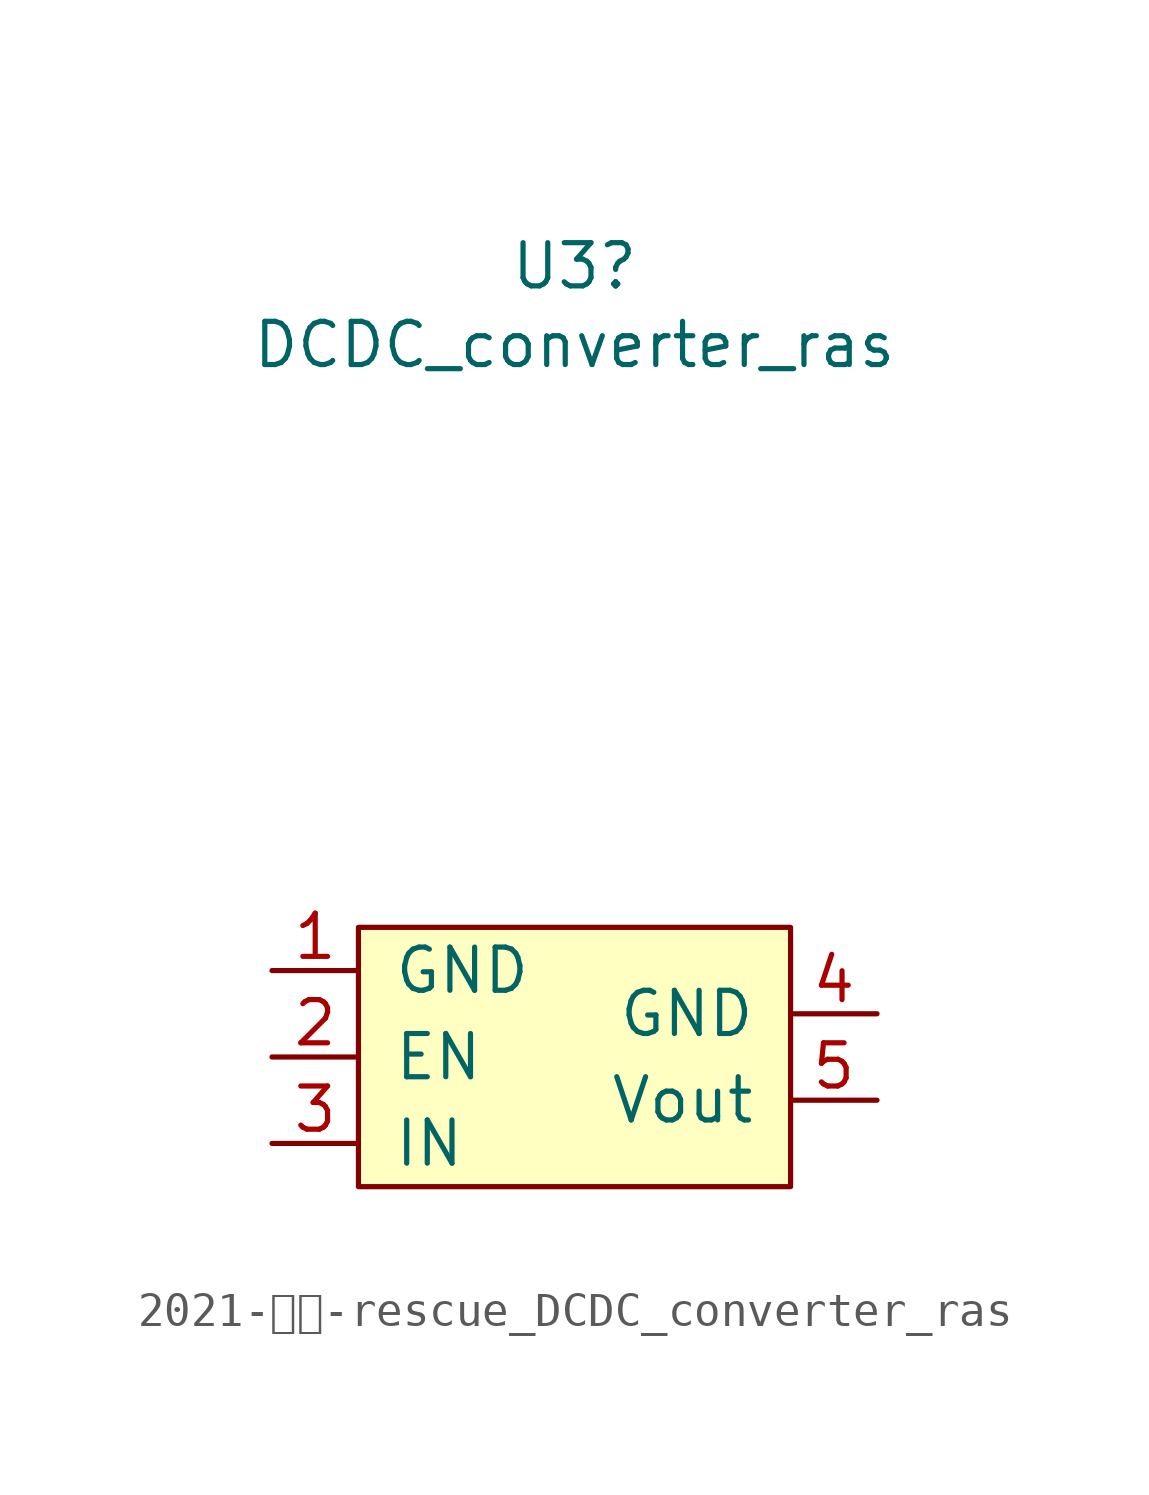
<source format=kicad_sym>
(kicad_symbol_lib
  (version 20211014)
  (generator kicad_symbol_editor)
  (symbol "2021-回路-rescue_DCDC_converter_ras"
    (pin_names
      (offset 1.016))
    (property "Reference" "U3"
      (at 0 15.621 0)
      (effects (font (size 1.27 1.27))))
    (property "Value" "DCDC_converter_ras"
      (at 0 13.31 0)
      (effects (font (size 1.27 1.27))))
    (symbol "2021-回路-rescue_DCDC_converter_ras_0_1"
      (rectangle (start -6.35 -3.81) (end 6.35 -11.43) (stroke (width 0) (type default) (color 0 0 0 0)) (fill (type background))))
    (symbol "2021-回路-rescue_DCDC_converter_ras_1_1"
      (pin passive line (at -8.89 -5.08 0) (length 2.54) (name "GND" (effects (font (size 1.27 1.27)))) (number "1" (effects (font (size 1.27 1.27)))))
      (pin passive line (at -8.89 -7.62 0) (length 2.54) (name "EN" (effects (font (size 1.27 1.27)))) (number "2" (effects (font (size 1.27 1.27)))))
      (pin input line (at -8.89 -10.16 0) (length 2.54) (name "IN" (effects (font (size 1.27 1.27)))) (number "3" (effects (font (size 1.27 1.27)))))
      (pin passive line (at 8.89 -6.35 180) (length 2.54) (name "GND" (effects (font (size 1.27 1.27)))) (number "4" (effects (font (size 1.27 1.27)))))
      (pin output line (at 8.89 -8.89 180) (length 2.54) (name "Vout" (effects (font (size 1.27 1.27)))) (number "5" (effects (font (size 1.27 1.27))))))))
</source>
